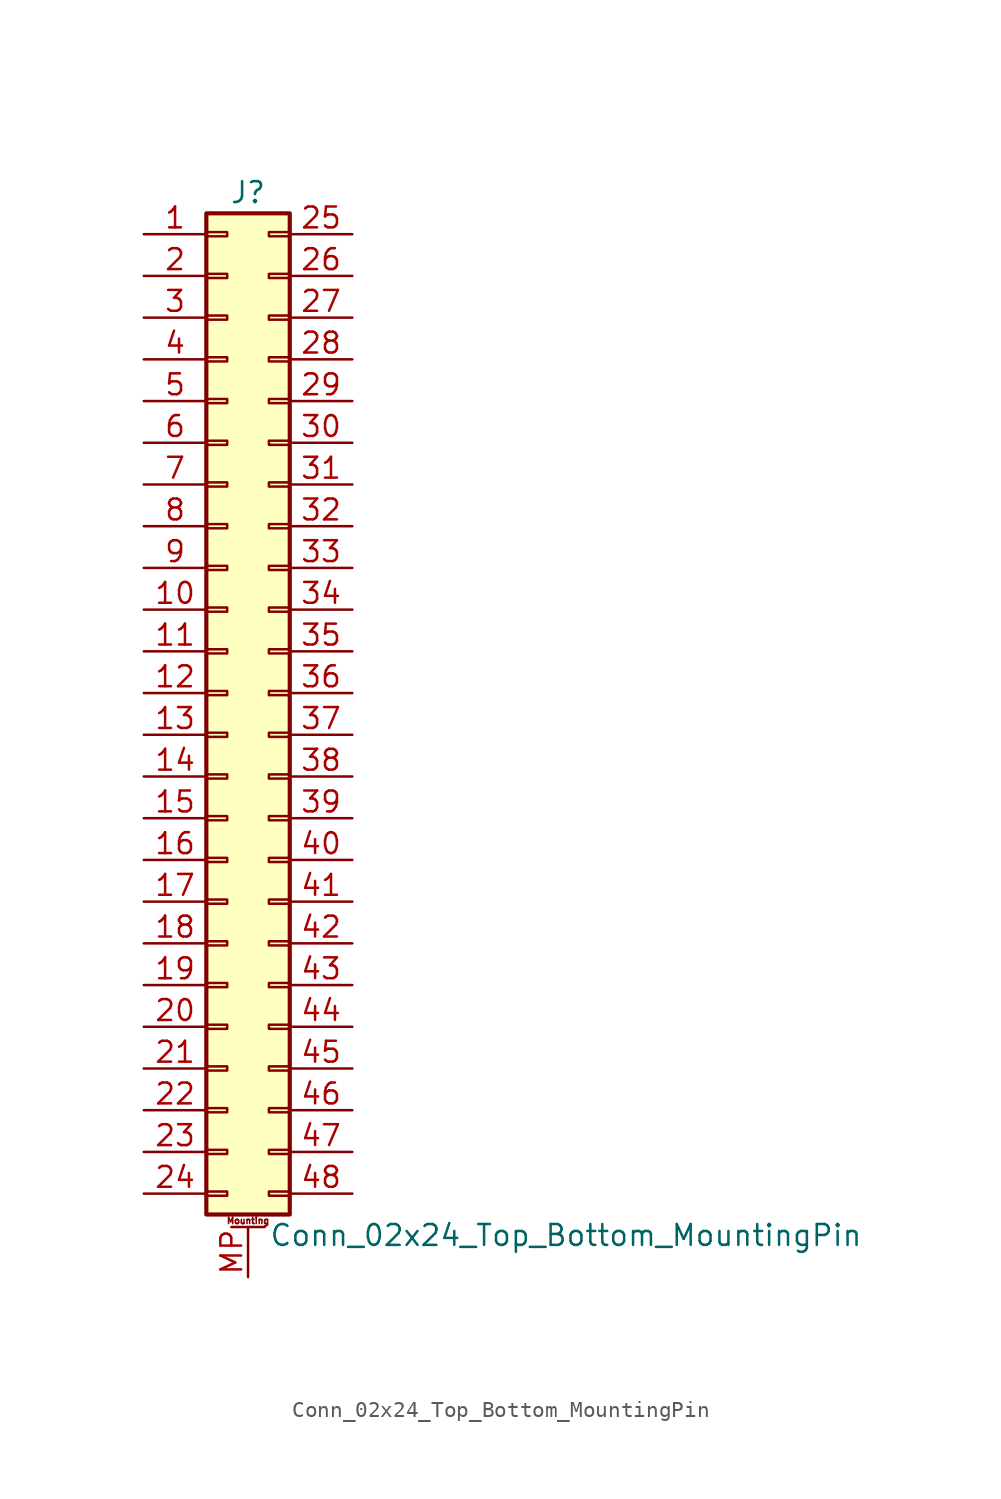
<source format=kicad_sym>
(kicad_symbol_lib
  (version 20201005)
  (generator kicad_symbol_editor)
  (symbol "Connector_Generic_MountingPin:Conn_02x24_Top_Bottom_MountingPin"
    (pin_names
      (offset 1.016) hide)
    (property "Reference" "J"
      (at 1.27 30.48 0)
      (effects (font (size 1.27 1.27))))
    (property "Value" "Conn_02x24_Top_Bottom_MountingPin"
      (at 2.54 -33.02 0)
      (effects (font (size 1.27 1.27)) (justify left)))
    (symbol "Conn_02x24_Top_Bottom_MountingPin_1_1"
      (text "Mounting" (at 1.27 -32.131 0) (effects (font (size 0.381 0.381))))
      (rectangle (start -1.27 -27.813) (end 0 -28.067) (stroke (width 0.152)) (fill (type none)))
      (rectangle (start -1.27 -30.353) (end 0 -30.607) (stroke (width 0.152)) (fill (type none)))
      (rectangle (start -1.27 -4.953) (end 0 -5.207) (stroke (width 0.152)) (fill (type none)))
      (rectangle (start -1.27 -7.493) (end 0 -7.747) (stroke (width 0.152)) (fill (type none)))
      (rectangle (start -1.27 -10.033) (end 0 -10.287) (stroke (width 0.152)) (fill (type none)))
      (rectangle (start -1.27 -12.573) (end 0 -12.827) (stroke (width 0.152)) (fill (type none)))
      (rectangle (start -1.27 -15.113) (end 0 -15.367) (stroke (width 0.152)) (fill (type none)))
      (rectangle (start -1.27 -17.653) (end 0 -17.907) (stroke (width 0.152)) (fill (type none)))
      (rectangle (start -1.27 -20.193) (end 0 -20.447) (stroke (width 0.152)) (fill (type none)))
      (rectangle (start -1.27 -22.733) (end 0 -22.987) (stroke (width 0.152)) (fill (type none)))
      (rectangle (start -1.27 -2.413) (end 0 -2.667) (stroke (width 0.152)) (fill (type none)))
      (rectangle (start -1.27 -25.273) (end 0 -25.527) (stroke (width 0.152)) (fill (type none)))
      (rectangle (start -1.27 25.527) (end 0 25.273) (stroke (width 0.152)) (fill (type none)))
      (rectangle (start -1.27 2.667) (end 0 2.413) (stroke (width 0.152)) (fill (type none)))
      (rectangle (start -1.27 28.067) (end 0 27.813) (stroke (width 0.152)) (fill (type none)))
      (rectangle (start -1.27 29.21) (end 3.81 -31.75) (stroke (width 0.254)) (fill (type background)))
      (rectangle (start -1.27 5.207) (end 0 4.953) (stroke (width 0.152)) (fill (type none)))
      (rectangle (start -1.27 7.747) (end 0 7.493) (stroke (width 0.152)) (fill (type none)))
      (rectangle (start -1.27 10.287) (end 0 10.033) (stroke (width 0.152)) (fill (type none)))
      (rectangle (start -1.27 0.127) (end 0 -0.127) (stroke (width 0.152)) (fill (type none)))
      (rectangle (start -1.27 12.827) (end 0 12.573) (stroke (width 0.152)) (fill (type none)))
      (rectangle (start -1.27 15.367) (end 0 15.113) (stroke (width 0.152)) (fill (type none)))
      (rectangle (start -1.27 17.907) (end 0 17.653) (stroke (width 0.152)) (fill (type none)))
      (rectangle (start -1.27 20.447) (end 0 20.193) (stroke (width 0.152)) (fill (type none)))
      (rectangle (start -1.27 22.987) (end 0 22.733) (stroke (width 0.152)) (fill (type none)))
      (rectangle (start 3.81 -27.813) (end 2.54 -28.067) (stroke (width 0.152)) (fill (type none)))
      (rectangle (start 3.81 -30.353) (end 2.54 -30.607) (stroke (width 0.152)) (fill (type none)))
      (rectangle (start 3.81 -4.953) (end 2.54 -5.207) (stroke (width 0.152)) (fill (type none)))
      (rectangle (start 3.81 -7.493) (end 2.54 -7.747) (stroke (width 0.152)) (fill (type none)))
      (rectangle (start 3.81 -10.033) (end 2.54 -10.287) (stroke (width 0.152)) (fill (type none)))
      (rectangle (start 3.81 -12.573) (end 2.54 -12.827) (stroke (width 0.152)) (fill (type none)))
      (rectangle (start 3.81 -15.113) (end 2.54 -15.367) (stroke (width 0.152)) (fill (type none)))
      (rectangle (start 3.81 -17.653) (end 2.54 -17.907) (stroke (width 0.152)) (fill (type none)))
      (rectangle (start 3.81 -20.193) (end 2.54 -20.447) (stroke (width 0.152)) (fill (type none)))
      (rectangle (start 3.81 -22.733) (end 2.54 -22.987) (stroke (width 0.152)) (fill (type none)))
      (rectangle (start 3.81 -2.413) (end 2.54 -2.667) (stroke (width 0.152)) (fill (type none)))
      (rectangle (start 3.81 -25.273) (end 2.54 -25.527) (stroke (width 0.152)) (fill (type none)))
      (rectangle (start 3.81 25.527) (end 2.54 25.273) (stroke (width 0.152)) (fill (type none)))
      (rectangle (start 3.81 2.667) (end 2.54 2.413) (stroke (width 0.152)) (fill (type none)))
      (rectangle (start 3.81 28.067) (end 2.54 27.813) (stroke (width 0.152)) (fill (type none)))
      (rectangle (start 3.81 5.207) (end 2.54 4.953) (stroke (width 0.152)) (fill (type none)))
      (rectangle (start 3.81 7.747) (end 2.54 7.493) (stroke (width 0.152)) (fill (type none)))
      (rectangle (start 3.81 10.287) (end 2.54 10.033) (stroke (width 0.152)) (fill (type none)))
      (rectangle (start 3.81 0.127) (end 2.54 -0.127) (stroke (width 0.152)) (fill (type none)))
      (rectangle (start 3.81 12.827) (end 2.54 12.573) (stroke (width 0.152)) (fill (type none)))
      (rectangle (start 3.81 15.367) (end 2.54 15.113) (stroke (width 0.152)) (fill (type none)))
      (rectangle (start 3.81 17.907) (end 2.54 17.653) (stroke (width 0.152)) (fill (type none)))
      (rectangle (start 3.81 20.447) (end 2.54 20.193) (stroke (width 0.152)) (fill (type none)))
      (rectangle (start 3.81 22.987) (end 2.54 22.733) (stroke (width 0.152)) (fill (type none)))
      (polyline (pts (xy 0.254 -32.512) (xy 2.286 -32.512)) (stroke (width 0.152)) (fill (type none)))
      (pin passive line (at 1.27 -35.56 90) (length 3.048) (name "MountPin" (effects (font (size 1.27 1.27)))) (number "MP" (effects (font (size 1.27 1.27)))))
      (pin passive line (at -5.08 27.94 0) (length 3.81) (name "Pin_1" (effects (font (size 1.27 1.27)))) (number "1" (effects (font (size 1.27 1.27)))))
      (pin passive line (at -5.08 5.08 0) (length 3.81) (name "Pin_10" (effects (font (size 1.27 1.27)))) (number "10" (effects (font (size 1.27 1.27)))))
      (pin passive line (at -5.08 2.54 0) (length 3.81) (name "Pin_11" (effects (font (size 1.27 1.27)))) (number "11" (effects (font (size 1.27 1.27)))))
      (pin passive line (at -5.08 0 0) (length 3.81) (name "Pin_12" (effects (font (size 1.27 1.27)))) (number "12" (effects (font (size 1.27 1.27)))))
      (pin passive line (at -5.08 -2.54 0) (length 3.81) (name "Pin_13" (effects (font (size 1.27 1.27)))) (number "13" (effects (font (size 1.27 1.27)))))
      (pin passive line (at -5.08 -5.08 0) (length 3.81) (name "Pin_14" (effects (font (size 1.27 1.27)))) (number "14" (effects (font (size 1.27 1.27)))))
      (pin passive line (at -5.08 -7.62 0) (length 3.81) (name "Pin_15" (effects (font (size 1.27 1.27)))) (number "15" (effects (font (size 1.27 1.27)))))
      (pin passive line (at -5.08 -10.16 0) (length 3.81) (name "Pin_16" (effects (font (size 1.27 1.27)))) (number "16" (effects (font (size 1.27 1.27)))))
      (pin passive line (at -5.08 -12.7 0) (length 3.81) (name "Pin_17" (effects (font (size 1.27 1.27)))) (number "17" (effects (font (size 1.27 1.27)))))
      (pin passive line (at -5.08 -15.24 0) (length 3.81) (name "Pin_18" (effects (font (size 1.27 1.27)))) (number "18" (effects (font (size 1.27 1.27)))))
      (pin passive line (at -5.08 -17.78 0) (length 3.81) (name "Pin_19" (effects (font (size 1.27 1.27)))) (number "19" (effects (font (size 1.27 1.27)))))
      (pin passive line (at -5.08 25.4 0) (length 3.81) (name "Pin_2" (effects (font (size 1.27 1.27)))) (number "2" (effects (font (size 1.27 1.27)))))
      (pin passive line (at -5.08 -20.32 0) (length 3.81) (name "Pin_20" (effects (font (size 1.27 1.27)))) (number "20" (effects (font (size 1.27 1.27)))))
      (pin passive line (at -5.08 -22.86 0) (length 3.81) (name "Pin_21" (effects (font (size 1.27 1.27)))) (number "21" (effects (font (size 1.27 1.27)))))
      (pin passive line (at -5.08 -25.4 0) (length 3.81) (name "Pin_22" (effects (font (size 1.27 1.27)))) (number "22" (effects (font (size 1.27 1.27)))))
      (pin passive line (at -5.08 -27.94 0) (length 3.81) (name "Pin_23" (effects (font (size 1.27 1.27)))) (number "23" (effects (font (size 1.27 1.27)))))
      (pin passive line (at -5.08 -30.48 0) (length 3.81) (name "Pin_24" (effects (font (size 1.27 1.27)))) (number "24" (effects (font (size 1.27 1.27)))))
      (pin passive line (at 7.62 27.94 180) (length 3.81) (name "Pin_25" (effects (font (size 1.27 1.27)))) (number "25" (effects (font (size 1.27 1.27)))))
      (pin passive line (at 7.62 25.4 180) (length 3.81) (name "Pin_26" (effects (font (size 1.27 1.27)))) (number "26" (effects (font (size 1.27 1.27)))))
      (pin passive line (at 7.62 22.86 180) (length 3.81) (name "Pin_27" (effects (font (size 1.27 1.27)))) (number "27" (effects (font (size 1.27 1.27)))))
      (pin passive line (at 7.62 20.32 180) (length 3.81) (name "Pin_28" (effects (font (size 1.27 1.27)))) (number "28" (effects (font (size 1.27 1.27)))))
      (pin passive line (at 7.62 17.78 180) (length 3.81) (name "Pin_29" (effects (font (size 1.27 1.27)))) (number "29" (effects (font (size 1.27 1.27)))))
      (pin passive line (at -5.08 22.86 0) (length 3.81) (name "Pin_3" (effects (font (size 1.27 1.27)))) (number "3" (effects (font (size 1.27 1.27)))))
      (pin passive line (at 7.62 15.24 180) (length 3.81) (name "Pin_30" (effects (font (size 1.27 1.27)))) (number "30" (effects (font (size 1.27 1.27)))))
      (pin passive line (at 7.62 12.7 180) (length 3.81) (name "Pin_31" (effects (font (size 1.27 1.27)))) (number "31" (effects (font (size 1.27 1.27)))))
      (pin passive line (at 7.62 10.16 180) (length 3.81) (name "Pin_32" (effects (font (size 1.27 1.27)))) (number "32" (effects (font (size 1.27 1.27)))))
      (pin passive line (at 7.62 7.62 180) (length 3.81) (name "Pin_33" (effects (font (size 1.27 1.27)))) (number "33" (effects (font (size 1.27 1.27)))))
      (pin passive line (at 7.62 5.08 180) (length 3.81) (name "Pin_34" (effects (font (size 1.27 1.27)))) (number "34" (effects (font (size 1.27 1.27)))))
      (pin passive line (at 7.62 2.54 180) (length 3.81) (name "Pin_35" (effects (font (size 1.27 1.27)))) (number "35" (effects (font (size 1.27 1.27)))))
      (pin passive line (at 7.62 0 180) (length 3.81) (name "Pin_36" (effects (font (size 1.27 1.27)))) (number "36" (effects (font (size 1.27 1.27)))))
      (pin passive line (at 7.62 -2.54 180) (length 3.81) (name "Pin_37" (effects (font (size 1.27 1.27)))) (number "37" (effects (font (size 1.27 1.27)))))
      (pin passive line (at 7.62 -5.08 180) (length 3.81) (name "Pin_38" (effects (font (size 1.27 1.27)))) (number "38" (effects (font (size 1.27 1.27)))))
      (pin passive line (at 7.62 -7.62 180) (length 3.81) (name "Pin_39" (effects (font (size 1.27 1.27)))) (number "39" (effects (font (size 1.27 1.27)))))
      (pin passive line (at -5.08 20.32 0) (length 3.81) (name "Pin_4" (effects (font (size 1.27 1.27)))) (number "4" (effects (font (size 1.27 1.27)))))
      (pin passive line (at 7.62 -10.16 180) (length 3.81) (name "Pin_40" (effects (font (size 1.27 1.27)))) (number "40" (effects (font (size 1.27 1.27)))))
      (pin passive line (at 7.62 -12.7 180) (length 3.81) (name "Pin_41" (effects (font (size 1.27 1.27)))) (number "41" (effects (font (size 1.27 1.27)))))
      (pin passive line (at 7.62 -15.24 180) (length 3.81) (name "Pin_42" (effects (font (size 1.27 1.27)))) (number "42" (effects (font (size 1.27 1.27)))))
      (pin passive line (at 7.62 -17.78 180) (length 3.81) (name "Pin_43" (effects (font (size 1.27 1.27)))) (number "43" (effects (font (size 1.27 1.27)))))
      (pin passive line (at 7.62 -20.32 180) (length 3.81) (name "Pin_44" (effects (font (size 1.27 1.27)))) (number "44" (effects (font (size 1.27 1.27)))))
      (pin passive line (at 7.62 -22.86 180) (length 3.81) (name "Pin_45" (effects (font (size 1.27 1.27)))) (number "45" (effects (font (size 1.27 1.27)))))
      (pin passive line (at 7.62 -25.4 180) (length 3.81) (name "Pin_46" (effects (font (size 1.27 1.27)))) (number "46" (effects (font (size 1.27 1.27)))))
      (pin passive line (at 7.62 -27.94 180) (length 3.81) (name "Pin_47" (effects (font (size 1.27 1.27)))) (number "47" (effects (font (size 1.27 1.27)))))
      (pin passive line (at 7.62 -30.48 180) (length 3.81) (name "Pin_48" (effects (font (size 1.27 1.27)))) (number "48" (effects (font (size 1.27 1.27)))))
      (pin passive line (at -5.08 17.78 0) (length 3.81) (name "Pin_5" (effects (font (size 1.27 1.27)))) (number "5" (effects (font (size 1.27 1.27)))))
      (pin passive line (at -5.08 15.24 0) (length 3.81) (name "Pin_6" (effects (font (size 1.27 1.27)))) (number "6" (effects (font (size 1.27 1.27)))))
      (pin passive line (at -5.08 12.7 0) (length 3.81) (name "Pin_7" (effects (font (size 1.27 1.27)))) (number "7" (effects (font (size 1.27 1.27)))))
      (pin passive line (at -5.08 10.16 0) (length 3.81) (name "Pin_8" (effects (font (size 1.27 1.27)))) (number "8" (effects (font (size 1.27 1.27)))))
      (pin passive line (at -5.08 7.62 0) (length 3.81) (name "Pin_9" (effects (font (size 1.27 1.27)))) (number "9" (effects (font (size 1.27 1.27))))))))
</source>
